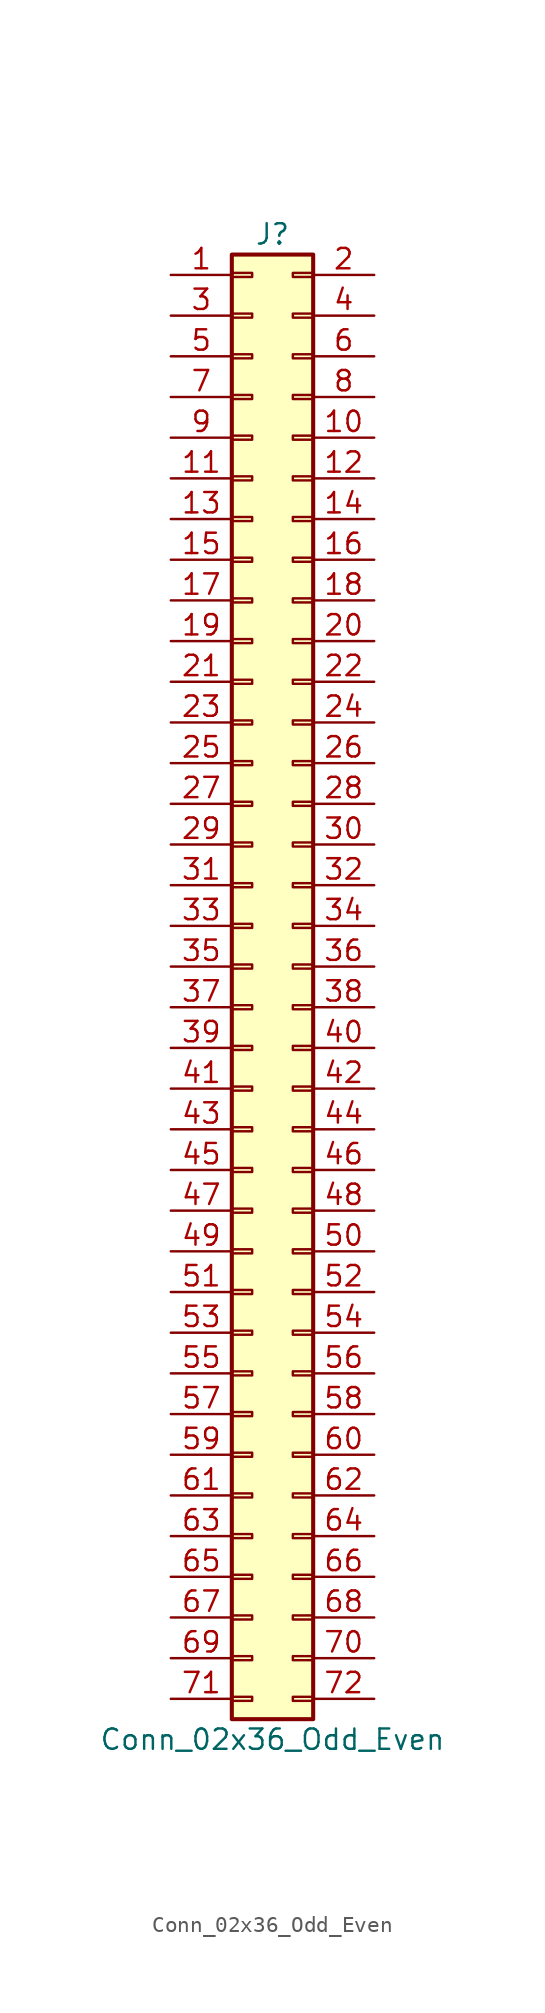
<source format=kicad_sym>
(kicad_symbol_lib
  (version 20220914)
  (generator kicad_symbol_editor)
  (symbol "Conn_02x36_Odd_Even"
    (pin_names
      (offset 1.016) hide)
    (property "Reference" "J"
      (at 1.27 45.72 0)
      (effects (font (size 1.27 1.27))))
    (property "Value" "Conn_02x36_Odd_Even"
      (at 1.27 -48.26 0)
      (effects (font (size 1.27 1.27))))
    (symbol "Conn_02x36_Odd_Even_1_1"
      (rectangle (start -1.27 -45.593) (end 0 -45.847) (stroke (width 0.152) (type default)) (fill (type none)))
      (rectangle (start -1.27 -43.053) (end 0 -43.307) (stroke (width 0.152) (type default)) (fill (type none)))
      (rectangle (start -1.27 -40.513) (end 0 -40.767) (stroke (width 0.152) (type default)) (fill (type none)))
      (rectangle (start -1.27 -37.973) (end 0 -38.227) (stroke (width 0.152) (type default)) (fill (type none)))
      (rectangle (start -1.27 -35.433) (end 0 -35.687) (stroke (width 0.152) (type default)) (fill (type none)))
      (rectangle (start -1.27 -32.893) (end 0 -33.147) (stroke (width 0.152) (type default)) (fill (type none)))
      (rectangle (start -1.27 -30.353) (end 0 -30.607) (stroke (width 0.152) (type default)) (fill (type none)))
      (rectangle (start -1.27 -27.813) (end 0 -28.067) (stroke (width 0.152) (type default)) (fill (type none)))
      (rectangle (start -1.27 -25.273) (end 0 -25.527) (stroke (width 0.152) (type default)) (fill (type none)))
      (rectangle (start -1.27 -22.733) (end 0 -22.987) (stroke (width 0.152) (type default)) (fill (type none)))
      (rectangle (start -1.27 -20.193) (end 0 -20.447) (stroke (width 0.152) (type default)) (fill (type none)))
      (rectangle (start -1.27 -17.653) (end 0 -17.907) (stroke (width 0.152) (type default)) (fill (type none)))
      (rectangle (start -1.27 -15.113) (end 0 -15.367) (stroke (width 0.152) (type default)) (fill (type none)))
      (rectangle (start -1.27 -12.573) (end 0 -12.827) (stroke (width 0.152) (type default)) (fill (type none)))
      (rectangle (start -1.27 -10.033) (end 0 -10.287) (stroke (width 0.152) (type default)) (fill (type none)))
      (rectangle (start -1.27 -7.493) (end 0 -7.747) (stroke (width 0.152) (type default)) (fill (type none)))
      (rectangle (start -1.27 -4.953) (end 0 -5.207) (stroke (width 0.152) (type default)) (fill (type none)))
      (rectangle (start -1.27 -2.413) (end 0 -2.667) (stroke (width 0.152) (type default)) (fill (type none)))
      (rectangle (start -1.27 0.127) (end 0 -0.127) (stroke (width 0.152) (type default)) (fill (type none)))
      (rectangle (start -1.27 2.667) (end 0 2.413) (stroke (width 0.152) (type default)) (fill (type none)))
      (rectangle (start -1.27 5.207) (end 0 4.953) (stroke (width 0.152) (type default)) (fill (type none)))
      (rectangle (start -1.27 7.747) (end 0 7.493) (stroke (width 0.152) (type default)) (fill (type none)))
      (rectangle (start -1.27 10.287) (end 0 10.033) (stroke (width 0.152) (type default)) (fill (type none)))
      (rectangle (start -1.27 12.827) (end 0 12.573) (stroke (width 0.152) (type default)) (fill (type none)))
      (rectangle (start -1.27 15.367) (end 0 15.113) (stroke (width 0.152) (type default)) (fill (type none)))
      (rectangle (start -1.27 17.907) (end 0 17.653) (stroke (width 0.152) (type default)) (fill (type none)))
      (rectangle (start -1.27 20.447) (end 0 20.193) (stroke (width 0.152) (type default)) (fill (type none)))
      (rectangle (start -1.27 22.987) (end 0 22.733) (stroke (width 0.152) (type default)) (fill (type none)))
      (rectangle (start -1.27 25.527) (end 0 25.273) (stroke (width 0.152) (type default)) (fill (type none)))
      (rectangle (start -1.27 28.067) (end 0 27.813) (stroke (width 0.152) (type default)) (fill (type none)))
      (rectangle (start -1.27 30.607) (end 0 30.353) (stroke (width 0.152) (type default)) (fill (type none)))
      (rectangle (start -1.27 33.147) (end 0 32.893) (stroke (width 0.152) (type default)) (fill (type none)))
      (rectangle (start -1.27 35.687) (end 0 35.433) (stroke (width 0.152) (type default)) (fill (type none)))
      (rectangle (start -1.27 38.227) (end 0 37.973) (stroke (width 0.152) (type default)) (fill (type none)))
      (rectangle (start -1.27 40.767) (end 0 40.513) (stroke (width 0.152) (type default)) (fill (type none)))
      (rectangle (start -1.27 43.307) (end 0 43.053) (stroke (width 0.152) (type default)) (fill (type none)))
      (rectangle (start -1.27 44.45) (end 3.81 -46.99) (stroke (width 0.254) (type default)) (fill (type background)))
      (rectangle (start 3.81 -45.593) (end 2.54 -45.847) (stroke (width 0.152) (type default)) (fill (type none)))
      (rectangle (start 3.81 -43.053) (end 2.54 -43.307) (stroke (width 0.152) (type default)) (fill (type none)))
      (rectangle (start 3.81 -40.513) (end 2.54 -40.767) (stroke (width 0.152) (type default)) (fill (type none)))
      (rectangle (start 3.81 -37.973) (end 2.54 -38.227) (stroke (width 0.152) (type default)) (fill (type none)))
      (rectangle (start 3.81 -35.433) (end 2.54 -35.687) (stroke (width 0.152) (type default)) (fill (type none)))
      (rectangle (start 3.81 -32.893) (end 2.54 -33.147) (stroke (width 0.152) (type default)) (fill (type none)))
      (rectangle (start 3.81 -30.353) (end 2.54 -30.607) (stroke (width 0.152) (type default)) (fill (type none)))
      (rectangle (start 3.81 -27.813) (end 2.54 -28.067) (stroke (width 0.152) (type default)) (fill (type none)))
      (rectangle (start 3.81 -25.273) (end 2.54 -25.527) (stroke (width 0.152) (type default)) (fill (type none)))
      (rectangle (start 3.81 -22.733) (end 2.54 -22.987) (stroke (width 0.152) (type default)) (fill (type none)))
      (rectangle (start 3.81 -20.193) (end 2.54 -20.447) (stroke (width 0.152) (type default)) (fill (type none)))
      (rectangle (start 3.81 -17.653) (end 2.54 -17.907) (stroke (width 0.152) (type default)) (fill (type none)))
      (rectangle (start 3.81 -15.113) (end 2.54 -15.367) (stroke (width 0.152) (type default)) (fill (type none)))
      (rectangle (start 3.81 -12.573) (end 2.54 -12.827) (stroke (width 0.152) (type default)) (fill (type none)))
      (rectangle (start 3.81 -10.033) (end 2.54 -10.287) (stroke (width 0.152) (type default)) (fill (type none)))
      (rectangle (start 3.81 -7.493) (end 2.54 -7.747) (stroke (width 0.152) (type default)) (fill (type none)))
      (rectangle (start 3.81 -4.953) (end 2.54 -5.207) (stroke (width 0.152) (type default)) (fill (type none)))
      (rectangle (start 3.81 -2.413) (end 2.54 -2.667) (stroke (width 0.152) (type default)) (fill (type none)))
      (rectangle (start 3.81 0.127) (end 2.54 -0.127) (stroke (width 0.152) (type default)) (fill (type none)))
      (rectangle (start 3.81 2.667) (end 2.54 2.413) (stroke (width 0.152) (type default)) (fill (type none)))
      (rectangle (start 3.81 5.207) (end 2.54 4.953) (stroke (width 0.152) (type default)) (fill (type none)))
      (rectangle (start 3.81 7.747) (end 2.54 7.493) (stroke (width 0.152) (type default)) (fill (type none)))
      (rectangle (start 3.81 10.287) (end 2.54 10.033) (stroke (width 0.152) (type default)) (fill (type none)))
      (rectangle (start 3.81 12.827) (end 2.54 12.573) (stroke (width 0.152) (type default)) (fill (type none)))
      (rectangle (start 3.81 15.367) (end 2.54 15.113) (stroke (width 0.152) (type default)) (fill (type none)))
      (rectangle (start 3.81 17.907) (end 2.54 17.653) (stroke (width 0.152) (type default)) (fill (type none)))
      (rectangle (start 3.81 20.447) (end 2.54 20.193) (stroke (width 0.152) (type default)) (fill (type none)))
      (rectangle (start 3.81 22.987) (end 2.54 22.733) (stroke (width 0.152) (type default)) (fill (type none)))
      (rectangle (start 3.81 25.527) (end 2.54 25.273) (stroke (width 0.152) (type default)) (fill (type none)))
      (rectangle (start 3.81 28.067) (end 2.54 27.813) (stroke (width 0.152) (type default)) (fill (type none)))
      (rectangle (start 3.81 30.607) (end 2.54 30.353) (stroke (width 0.152) (type default)) (fill (type none)))
      (rectangle (start 3.81 33.147) (end 2.54 32.893) (stroke (width 0.152) (type default)) (fill (type none)))
      (rectangle (start 3.81 35.687) (end 2.54 35.433) (stroke (width 0.152) (type default)) (fill (type none)))
      (rectangle (start 3.81 38.227) (end 2.54 37.973) (stroke (width 0.152) (type default)) (fill (type none)))
      (rectangle (start 3.81 40.767) (end 2.54 40.513) (stroke (width 0.152) (type default)) (fill (type none)))
      (rectangle (start 3.81 43.307) (end 2.54 43.053) (stroke (width 0.152) (type default)) (fill (type none)))
      (pin passive line (at -5.08 43.18 0) (length 3.81) (name "Pin_1" (effects (font (size 1.27 1.27)))) (number "1" (effects (font (size 1.27 1.27)))))
      (pin passive line (at 7.62 33.02 180) (length 3.81) (name "Pin_10" (effects (font (size 1.27 1.27)))) (number "10" (effects (font (size 1.27 1.27)))))
      (pin passive line (at -5.08 30.48 0) (length 3.81) (name "Pin_11" (effects (font (size 1.27 1.27)))) (number "11" (effects (font (size 1.27 1.27)))))
      (pin passive line (at 7.62 30.48 180) (length 3.81) (name "Pin_12" (effects (font (size 1.27 1.27)))) (number "12" (effects (font (size 1.27 1.27)))))
      (pin passive line (at -5.08 27.94 0) (length 3.81) (name "Pin_13" (effects (font (size 1.27 1.27)))) (number "13" (effects (font (size 1.27 1.27)))))
      (pin passive line (at 7.62 27.94 180) (length 3.81) (name "Pin_14" (effects (font (size 1.27 1.27)))) (number "14" (effects (font (size 1.27 1.27)))))
      (pin passive line (at -5.08 25.4 0) (length 3.81) (name "Pin_15" (effects (font (size 1.27 1.27)))) (number "15" (effects (font (size 1.27 1.27)))))
      (pin passive line (at 7.62 25.4 180) (length 3.81) (name "Pin_16" (effects (font (size 1.27 1.27)))) (number "16" (effects (font (size 1.27 1.27)))))
      (pin passive line (at -5.08 22.86 0) (length 3.81) (name "Pin_17" (effects (font (size 1.27 1.27)))) (number "17" (effects (font (size 1.27 1.27)))))
      (pin passive line (at 7.62 22.86 180) (length 3.81) (name "Pin_18" (effects (font (size 1.27 1.27)))) (number "18" (effects (font (size 1.27 1.27)))))
      (pin passive line (at -5.08 20.32 0) (length 3.81) (name "Pin_19" (effects (font (size 1.27 1.27)))) (number "19" (effects (font (size 1.27 1.27)))))
      (pin passive line (at 7.62 43.18 180) (length 3.81) (name "Pin_2" (effects (font (size 1.27 1.27)))) (number "2" (effects (font (size 1.27 1.27)))))
      (pin passive line (at 7.62 20.32 180) (length 3.81) (name "Pin_20" (effects (font (size 1.27 1.27)))) (number "20" (effects (font (size 1.27 1.27)))))
      (pin passive line (at -5.08 17.78 0) (length 3.81) (name "Pin_21" (effects (font (size 1.27 1.27)))) (number "21" (effects (font (size 1.27 1.27)))))
      (pin passive line (at 7.62 17.78 180) (length 3.81) (name "Pin_22" (effects (font (size 1.27 1.27)))) (number "22" (effects (font (size 1.27 1.27)))))
      (pin passive line (at -5.08 15.24 0) (length 3.81) (name "Pin_23" (effects (font (size 1.27 1.27)))) (number "23" (effects (font (size 1.27 1.27)))))
      (pin passive line (at 7.62 15.24 180) (length 3.81) (name "Pin_24" (effects (font (size 1.27 1.27)))) (number "24" (effects (font (size 1.27 1.27)))))
      (pin passive line (at -5.08 12.7 0) (length 3.81) (name "Pin_25" (effects (font (size 1.27 1.27)))) (number "25" (effects (font (size 1.27 1.27)))))
      (pin passive line (at 7.62 12.7 180) (length 3.81) (name "Pin_26" (effects (font (size 1.27 1.27)))) (number "26" (effects (font (size 1.27 1.27)))))
      (pin passive line (at -5.08 10.16 0) (length 3.81) (name "Pin_27" (effects (font (size 1.27 1.27)))) (number "27" (effects (font (size 1.27 1.27)))))
      (pin passive line (at 7.62 10.16 180) (length 3.81) (name "Pin_28" (effects (font (size 1.27 1.27)))) (number "28" (effects (font (size 1.27 1.27)))))
      (pin passive line (at -5.08 7.62 0) (length 3.81) (name "Pin_29" (effects (font (size 1.27 1.27)))) (number "29" (effects (font (size 1.27 1.27)))))
      (pin passive line (at -5.08 40.64 0) (length 3.81) (name "Pin_3" (effects (font (size 1.27 1.27)))) (number "3" (effects (font (size 1.27 1.27)))))
      (pin passive line (at 7.62 7.62 180) (length 3.81) (name "Pin_30" (effects (font (size 1.27 1.27)))) (number "30" (effects (font (size 1.27 1.27)))))
      (pin passive line (at -5.08 5.08 0) (length 3.81) (name "Pin_31" (effects (font (size 1.27 1.27)))) (number "31" (effects (font (size 1.27 1.27)))))
      (pin passive line (at 7.62 5.08 180) (length 3.81) (name "Pin_32" (effects (font (size 1.27 1.27)))) (number "32" (effects (font (size 1.27 1.27)))))
      (pin passive line (at -5.08 2.54 0) (length 3.81) (name "Pin_33" (effects (font (size 1.27 1.27)))) (number "33" (effects (font (size 1.27 1.27)))))
      (pin passive line (at 7.62 2.54 180) (length 3.81) (name "Pin_34" (effects (font (size 1.27 1.27)))) (number "34" (effects (font (size 1.27 1.27)))))
      (pin passive line (at -5.08 0 0) (length 3.81) (name "Pin_35" (effects (font (size 1.27 1.27)))) (number "35" (effects (font (size 1.27 1.27)))))
      (pin passive line (at 7.62 0 180) (length 3.81) (name "Pin_36" (effects (font (size 1.27 1.27)))) (number "36" (effects (font (size 1.27 1.27)))))
      (pin passive line (at -5.08 -2.54 0) (length 3.81) (name "Pin_37" (effects (font (size 1.27 1.27)))) (number "37" (effects (font (size 1.27 1.27)))))
      (pin passive line (at 7.62 -2.54 180) (length 3.81) (name "Pin_38" (effects (font (size 1.27 1.27)))) (number "38" (effects (font (size 1.27 1.27)))))
      (pin passive line (at -5.08 -5.08 0) (length 3.81) (name "Pin_39" (effects (font (size 1.27 1.27)))) (number "39" (effects (font (size 1.27 1.27)))))
      (pin passive line (at 7.62 40.64 180) (length 3.81) (name "Pin_4" (effects (font (size 1.27 1.27)))) (number "4" (effects (font (size 1.27 1.27)))))
      (pin passive line (at 7.62 -5.08 180) (length 3.81) (name "Pin_40" (effects (font (size 1.27 1.27)))) (number "40" (effects (font (size 1.27 1.27)))))
      (pin passive line (at -5.08 -7.62 0) (length 3.81) (name "Pin_41" (effects (font (size 1.27 1.27)))) (number "41" (effects (font (size 1.27 1.27)))))
      (pin passive line (at 7.62 -7.62 180) (length 3.81) (name "Pin_42" (effects (font (size 1.27 1.27)))) (number "42" (effects (font (size 1.27 1.27)))))
      (pin passive line (at -5.08 -10.16 0) (length 3.81) (name "Pin_43" (effects (font (size 1.27 1.27)))) (number "43" (effects (font (size 1.27 1.27)))))
      (pin passive line (at 7.62 -10.16 180) (length 3.81) (name "Pin_44" (effects (font (size 1.27 1.27)))) (number "44" (effects (font (size 1.27 1.27)))))
      (pin passive line (at -5.08 -12.7 0) (length 3.81) (name "Pin_45" (effects (font (size 1.27 1.27)))) (number "45" (effects (font (size 1.27 1.27)))))
      (pin passive line (at 7.62 -12.7 180) (length 3.81) (name "Pin_46" (effects (font (size 1.27 1.27)))) (number "46" (effects (font (size 1.27 1.27)))))
      (pin passive line (at -5.08 -15.24 0) (length 3.81) (name "Pin_47" (effects (font (size 1.27 1.27)))) (number "47" (effects (font (size 1.27 1.27)))))
      (pin passive line (at 7.62 -15.24 180) (length 3.81) (name "Pin_48" (effects (font (size 1.27 1.27)))) (number "48" (effects (font (size 1.27 1.27)))))
      (pin passive line (at -5.08 -17.78 0) (length 3.81) (name "Pin_49" (effects (font (size 1.27 1.27)))) (number "49" (effects (font (size 1.27 1.27)))))
      (pin passive line (at -5.08 38.1 0) (length 3.81) (name "Pin_5" (effects (font (size 1.27 1.27)))) (number "5" (effects (font (size 1.27 1.27)))))
      (pin passive line (at 7.62 -17.78 180) (length 3.81) (name "Pin_50" (effects (font (size 1.27 1.27)))) (number "50" (effects (font (size 1.27 1.27)))))
      (pin passive line (at -5.08 -20.32 0) (length 3.81) (name "Pin_51" (effects (font (size 1.27 1.27)))) (number "51" (effects (font (size 1.27 1.27)))))
      (pin passive line (at 7.62 -20.32 180) (length 3.81) (name "Pin_52" (effects (font (size 1.27 1.27)))) (number "52" (effects (font (size 1.27 1.27)))))
      (pin passive line (at -5.08 -22.86 0) (length 3.81) (name "Pin_53" (effects (font (size 1.27 1.27)))) (number "53" (effects (font (size 1.27 1.27)))))
      (pin passive line (at 7.62 -22.86 180) (length 3.81) (name "Pin_54" (effects (font (size 1.27 1.27)))) (number "54" (effects (font (size 1.27 1.27)))))
      (pin passive line (at -5.08 -25.4 0) (length 3.81) (name "Pin_55" (effects (font (size 1.27 1.27)))) (number "55" (effects (font (size 1.27 1.27)))))
      (pin passive line (at 7.62 -25.4 180) (length 3.81) (name "Pin_56" (effects (font (size 1.27 1.27)))) (number "56" (effects (font (size 1.27 1.27)))))
      (pin passive line (at -5.08 -27.94 0) (length 3.81) (name "Pin_57" (effects (font (size 1.27 1.27)))) (number "57" (effects (font (size 1.27 1.27)))))
      (pin passive line (at 7.62 -27.94 180) (length 3.81) (name "Pin_58" (effects (font (size 1.27 1.27)))) (number "58" (effects (font (size 1.27 1.27)))))
      (pin passive line (at -5.08 -30.48 0) (length 3.81) (name "Pin_59" (effects (font (size 1.27 1.27)))) (number "59" (effects (font (size 1.27 1.27)))))
      (pin passive line (at 7.62 38.1 180) (length 3.81) (name "Pin_6" (effects (font (size 1.27 1.27)))) (number "6" (effects (font (size 1.27 1.27)))))
      (pin passive line (at 7.62 -30.48 180) (length 3.81) (name "Pin_60" (effects (font (size 1.27 1.27)))) (number "60" (effects (font (size 1.27 1.27)))))
      (pin passive line (at -5.08 -33.02 0) (length 3.81) (name "Pin_61" (effects (font (size 1.27 1.27)))) (number "61" (effects (font (size 1.27 1.27)))))
      (pin passive line (at 7.62 -33.02 180) (length 3.81) (name "Pin_62" (effects (font (size 1.27 1.27)))) (number "62" (effects (font (size 1.27 1.27)))))
      (pin passive line (at -5.08 -35.56 0) (length 3.81) (name "Pin_63" (effects (font (size 1.27 1.27)))) (number "63" (effects (font (size 1.27 1.27)))))
      (pin passive line (at 7.62 -35.56 180) (length 3.81) (name "Pin_64" (effects (font (size 1.27 1.27)))) (number "64" (effects (font (size 1.27 1.27)))))
      (pin passive line (at -5.08 -38.1 0) (length 3.81) (name "Pin_65" (effects (font (size 1.27 1.27)))) (number "65" (effects (font (size 1.27 1.27)))))
      (pin passive line (at 7.62 -38.1 180) (length 3.81) (name "Pin_66" (effects (font (size 1.27 1.27)))) (number "66" (effects (font (size 1.27 1.27)))))
      (pin passive line (at -5.08 -40.64 0) (length 3.81) (name "Pin_67" (effects (font (size 1.27 1.27)))) (number "67" (effects (font (size 1.27 1.27)))))
      (pin passive line (at 7.62 -40.64 180) (length 3.81) (name "Pin_68" (effects (font (size 1.27 1.27)))) (number "68" (effects (font (size 1.27 1.27)))))
      (pin passive line (at -5.08 -43.18 0) (length 3.81) (name "Pin_69" (effects (font (size 1.27 1.27)))) (number "69" (effects (font (size 1.27 1.27)))))
      (pin passive line (at -5.08 35.56 0) (length 3.81) (name "Pin_7" (effects (font (size 1.27 1.27)))) (number "7" (effects (font (size 1.27 1.27)))))
      (pin passive line (at 7.62 -43.18 180) (length 3.81) (name "Pin_70" (effects (font (size 1.27 1.27)))) (number "70" (effects (font (size 1.27 1.27)))))
      (pin passive line (at -5.08 -45.72 0) (length 3.81) (name "Pin_71" (effects (font (size 1.27 1.27)))) (number "71" (effects (font (size 1.27 1.27)))))
      (pin passive line (at 7.62 -45.72 180) (length 3.81) (name "Pin_72" (effects (font (size 1.27 1.27)))) (number "72" (effects (font (size 1.27 1.27)))))
      (pin passive line (at 7.62 35.56 180) (length 3.81) (name "Pin_8" (effects (font (size 1.27 1.27)))) (number "8" (effects (font (size 1.27 1.27)))))
      (pin passive line (at -5.08 33.02 0) (length 3.81) (name "Pin_9" (effects (font (size 1.27 1.27)))) (number "9" (effects (font (size 1.27 1.27))))))))
</source>
